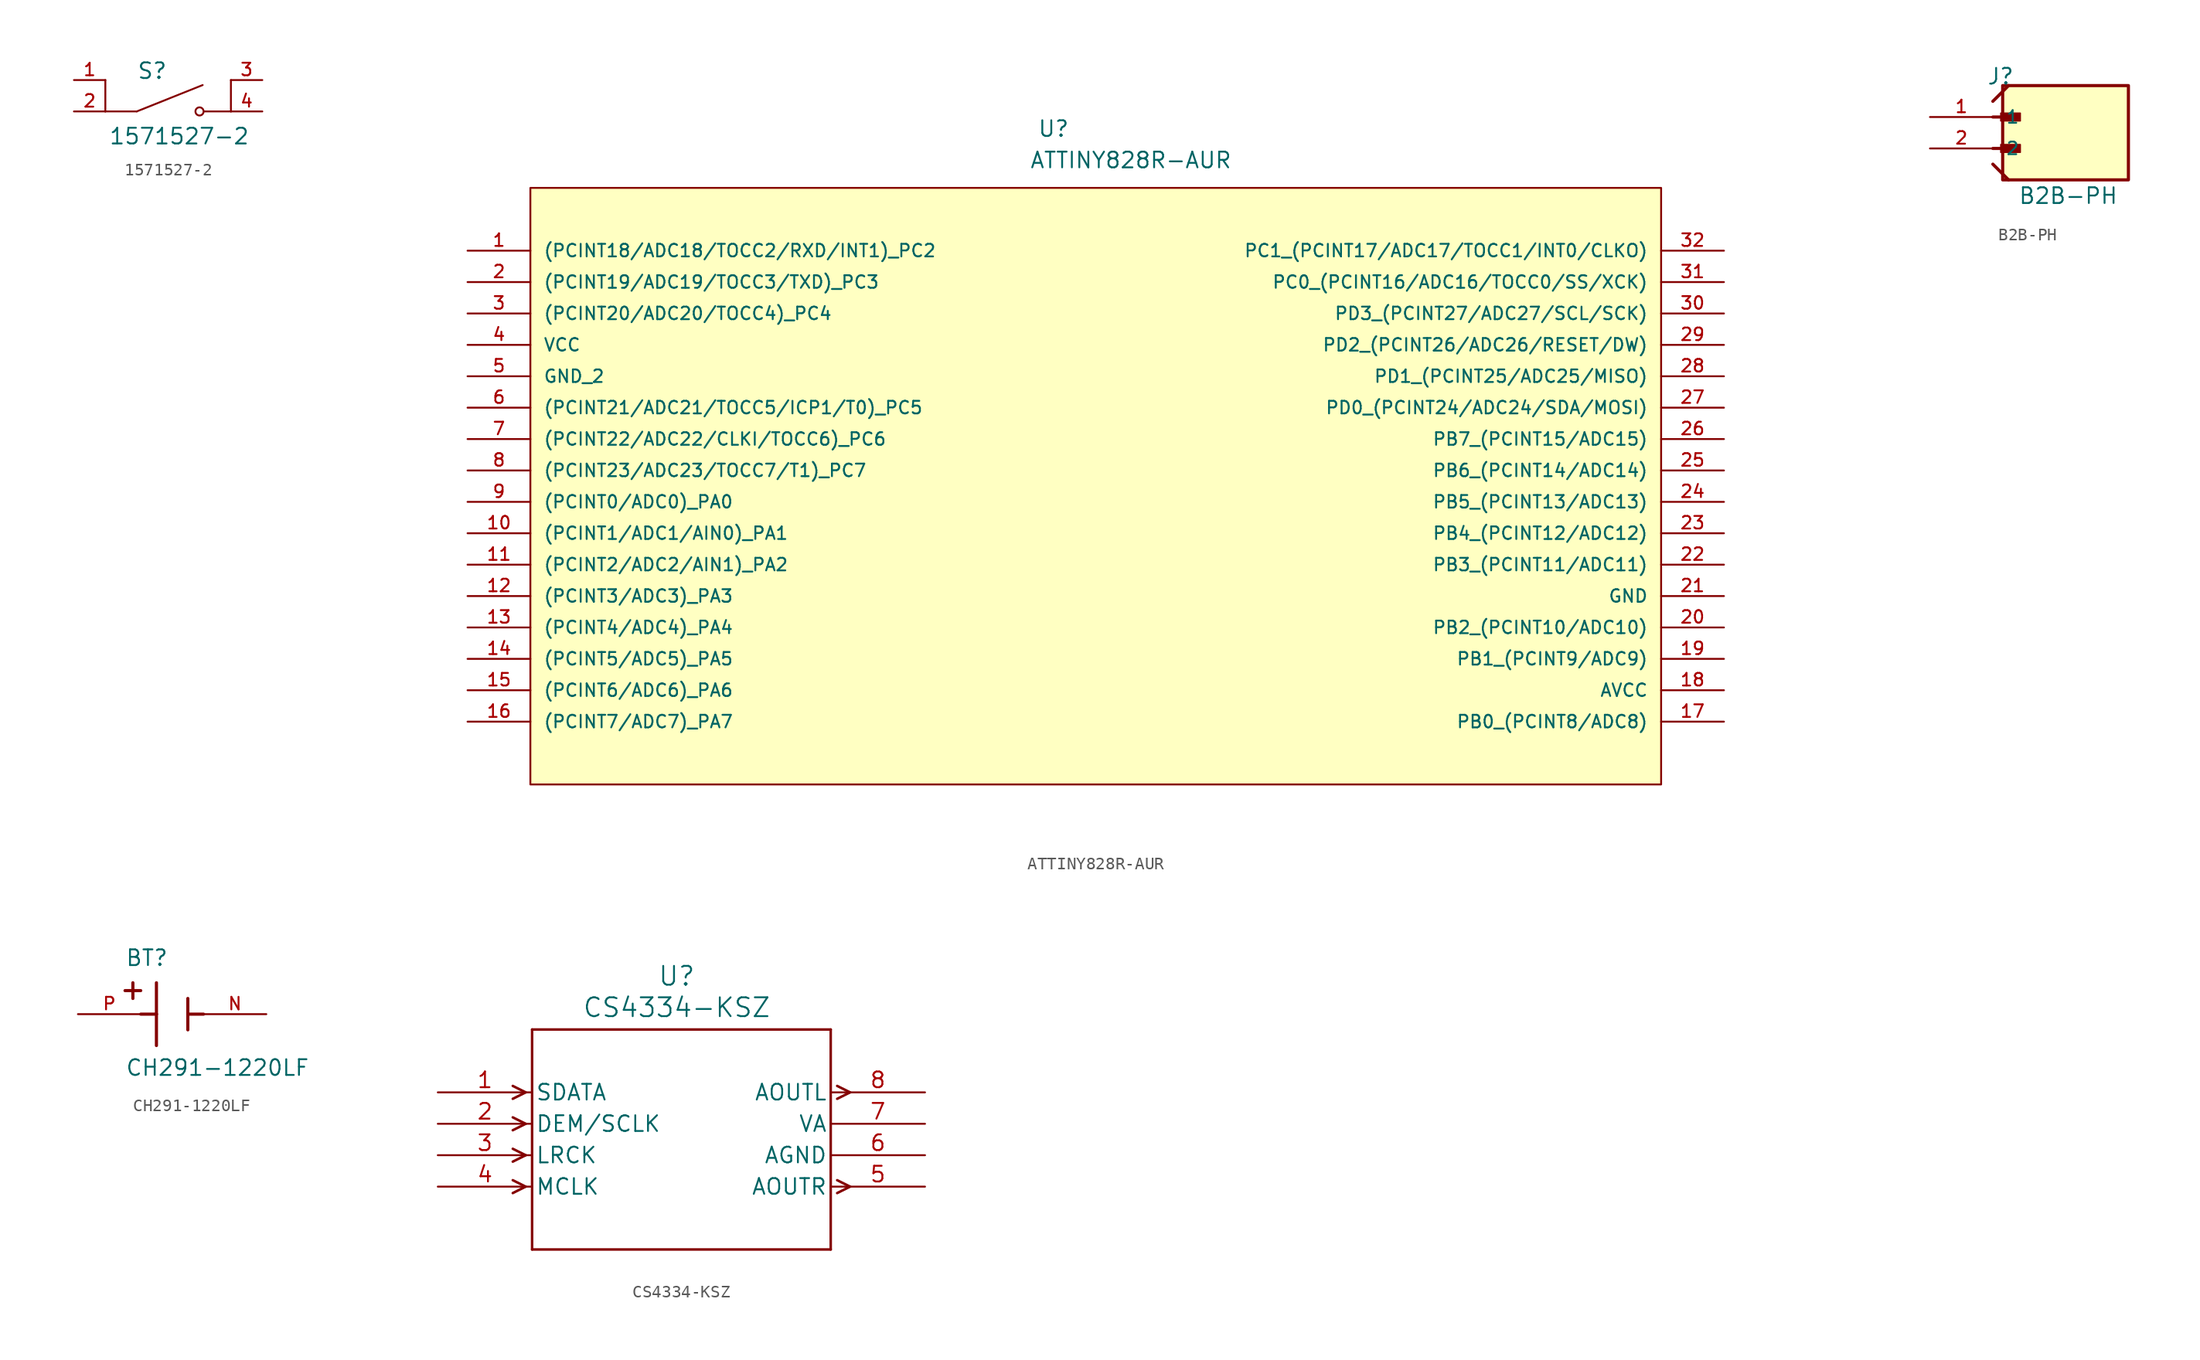
<source format=kicad_sym>
(kicad_symbol_lib
  (version 20231120)
  (generator "kicad_symbol_editor")
  (generator_version "8.0")
  (symbol "1571527-2"
    (pin_names
      (offset 1.016))
    (property "Reference" "S"
      (at -2.54 1.27 0)
      (effects (font (size 1.27 1.27)) (justify left bottom)))
    (property "Value" "1571527-2"
      (at -4.826 -2.54 0)
      (effects (font (size 1.27 1.27)) (justify left top)))
    (symbol "1571527-2_0_0"
      (polyline (pts (xy -2.54 -1.27) (xy -5.08 -1.27)) (stroke (width 0.152) (type default)) (fill (type none)))
      (polyline (pts (xy -2.54 -1.27) (xy 2.794 0.864)) (stroke (width 0.152) (type default)) (fill (type none)))
      (polyline (pts (xy 5.08 -1.27) (xy 2.921 -1.27)) (stroke (width 0.152) (type default)) (fill (type none)))
      (circle (center 2.54 -1.27) (radius 0.33) (stroke (width 0.152) (type default)) (fill (type none)))
      (pin passive line (at -7.62 1.27 0) (length 2.54) (name "~" (effects (font (size 1.016 1.016)))) (number "1" (effects (font (size 1.016 1.016)))))
      (pin passive line (at -7.62 -1.27 0) (length 2.54) (name "~" (effects (font (size 1.016 1.016)))) (number "2" (effects (font (size 1.016 1.016)))))
      (pin passive line (at 7.62 1.27 180) (length 2.54) (name "~" (effects (font (size 1.016 1.016)))) (number "3" (effects (font (size 1.016 1.016)))))
      (pin passive line (at 7.62 -1.27 180) (length 2.54) (name "~" (effects (font (size 1.016 1.016)))) (number "4" (effects (font (size 1.016 1.016))))))
    (symbol "1571527-2_0_1"
      (polyline (pts (xy -5.08 1.27) (xy -5.08 -1.27)) (stroke (width 0) (type default)) (fill (type none)))
      (polyline (pts (xy 5.08 1.27) (xy 5.08 -1.27)) (stroke (width 0) (type default)) (fill (type none)))))
  (symbol "ATTINY828R-AUR"
    (pin_names
      (offset 1.016))
    (property "Reference" "U"
      (at 48.616 9.119 0)
      (effects (font (size 1.27 1.27)) (justify left bottom)))
    (property "Value" "ATTINY828R-AUR"
      (at 47.981 6.579 0)
      (effects (font (size 1.27 1.27)) (justify left bottom)))
    (symbol "ATTINY828R-AUR_0_0"
      (rectangle (start 7.62 -43.18) (end 99.06 5.08) (stroke (width 0.152) (type default)) (fill (type background)))
      (pin bidirectional line (at 2.54 0 0) (length 5.08) (name "(PCINT18/ADC18/TOCC2/RXD/INT1)_PC2" (effects (font (size 1.016 1.016)))) (number "1" (effects (font (size 1.016 1.016)))))
      (pin bidirectional line (at 2.54 -22.86 0) (length 5.08) (name "(PCINT1/ADC1/AIN0)_PA1" (effects (font (size 1.016 1.016)))) (number "10" (effects (font (size 1.016 1.016)))))
      (pin input line (at 2.54 -25.4 0) (length 5.08) (name "(PCINT2/ADC2/AIN1)_PA2" (effects (font (size 1.016 1.016)))) (number "11" (effects (font (size 1.016 1.016)))))
      (pin bidirectional line (at 2.54 -27.94 0) (length 5.08) (name "(PCINT3/ADC3)_PA3" (effects (font (size 1.016 1.016)))) (number "12" (effects (font (size 1.016 1.016)))))
      (pin bidirectional line (at 2.54 -30.48 0) (length 5.08) (name "(PCINT4/ADC4)_PA4" (effects (font (size 1.016 1.016)))) (number "13" (effects (font (size 1.016 1.016)))))
      (pin bidirectional line (at 2.54 -33.02 0) (length 5.08) (name "(PCINT5/ADC5)_PA5" (effects (font (size 1.016 1.016)))) (number "14" (effects (font (size 1.016 1.016)))))
      (pin bidirectional line (at 2.54 -35.56 0) (length 5.08) (name "(PCINT6/ADC6)_PA6" (effects (font (size 1.016 1.016)))) (number "15" (effects (font (size 1.016 1.016)))))
      (pin bidirectional line (at 2.54 -38.1 0) (length 5.08) (name "(PCINT7/ADC7)_PA7" (effects (font (size 1.016 1.016)))) (number "16" (effects (font (size 1.016 1.016)))))
      (pin bidirectional line (at 104.14 -38.1 180) (length 5.08) (name "PB0_(PCINT8/ADC8)" (effects (font (size 1.016 1.016)))) (number "17" (effects (font (size 1.016 1.016)))))
      (pin passive line (at 104.14 -35.56 180) (length 5.08) (name "AVCC" (effects (font (size 1.016 1.016)))) (number "18" (effects (font (size 1.016 1.016)))))
      (pin bidirectional line (at 104.14 -33.02 180) (length 5.08) (name "PB1_(PCINT9/ADC9)" (effects (font (size 1.016 1.016)))) (number "19" (effects (font (size 1.016 1.016)))))
      (pin bidirectional line (at 2.54 -2.54 0) (length 5.08) (name "(PCINT19/ADC19/TOCC3/TXD)_PC3" (effects (font (size 1.016 1.016)))) (number "2" (effects (font (size 1.016 1.016)))))
      (pin bidirectional line (at 104.14 -30.48 180) (length 5.08) (name "PB2_(PCINT10/ADC10)" (effects (font (size 1.016 1.016)))) (number "20" (effects (font (size 1.016 1.016)))))
      (pin passive line (at 104.14 -27.94 180) (length 5.08) (name "GND" (effects (font (size 1.016 1.016)))) (number "21" (effects (font (size 1.016 1.016)))))
      (pin bidirectional line (at 104.14 -25.4 180) (length 5.08) (name "PB3_(PCINT11/ADC11)" (effects (font (size 1.016 1.016)))) (number "22" (effects (font (size 1.016 1.016)))))
      (pin bidirectional line (at 104.14 -22.86 180) (length 5.08) (name "PB4_(PCINT12/ADC12)" (effects (font (size 1.016 1.016)))) (number "23" (effects (font (size 1.016 1.016)))))
      (pin bidirectional line (at 104.14 -20.32 180) (length 5.08) (name "PB5_(PCINT13/ADC13)" (effects (font (size 1.016 1.016)))) (number "24" (effects (font (size 1.016 1.016)))))
      (pin bidirectional line (at 104.14 -17.78 180) (length 5.08) (name "PB6_(PCINT14/ADC14)" (effects (font (size 1.016 1.016)))) (number "25" (effects (font (size 1.016 1.016)))))
      (pin bidirectional line (at 104.14 -15.24 180) (length 5.08) (name "PB7_(PCINT15/ADC15)" (effects (font (size 1.016 1.016)))) (number "26" (effects (font (size 1.016 1.016)))))
      (pin bidirectional line (at 104.14 -12.7 180) (length 5.08) (name "PD0_(PCINT24/ADC24/SDA/MOSI)" (effects (font (size 1.016 1.016)))) (number "27" (effects (font (size 1.016 1.016)))))
      (pin bidirectional line (at 104.14 -10.16 180) (length 5.08) (name "PD1_(PCINT25/ADC25/MISO)" (effects (font (size 1.016 1.016)))) (number "28" (effects (font (size 1.016 1.016)))))
      (pin bidirectional line (at 104.14 -7.62 180) (length 5.08) (name "PD2_(PCINT26/ADC26/RESET/DW)" (effects (font (size 1.016 1.016)))) (number "29" (effects (font (size 1.016 1.016)))))
      (pin bidirectional line (at 2.54 -5.08 0) (length 5.08) (name "(PCINT20/ADC20/TOCC4)_PC4" (effects (font (size 1.016 1.016)))) (number "3" (effects (font (size 1.016 1.016)))))
      (pin bidirectional line (at 104.14 -5.08 180) (length 5.08) (name "PD3_(PCINT27/ADC27/SCL/SCK)" (effects (font (size 1.016 1.016)))) (number "30" (effects (font (size 1.016 1.016)))))
      (pin bidirectional line (at 104.14 -2.54 180) (length 5.08) (name "PC0_(PCINT16/ADC16/TOCC0/SS/XCK)" (effects (font (size 1.016 1.016)))) (number "31" (effects (font (size 1.016 1.016)))))
      (pin bidirectional line (at 104.14 0 180) (length 5.08) (name "PC1_(PCINT17/ADC17/TOCC1/INT0/CLKO)" (effects (font (size 1.016 1.016)))) (number "32" (effects (font (size 1.016 1.016)))))
      (pin power_in line (at 2.54 -7.62 0) (length 5.08) (name "VCC" (effects (font (size 1.016 1.016)))) (number "4" (effects (font (size 1.016 1.016)))))
      (pin passive line (at 2.54 -10.16 0) (length 5.08) (name "GND_2" (effects (font (size 1.016 1.016)))) (number "5" (effects (font (size 1.016 1.016)))))
      (pin bidirectional line (at 2.54 -12.7 0) (length 5.08) (name "(PCINT21/ADC21/TOCC5/ICP1/T0)_PC5" (effects (font (size 1.016 1.016)))) (number "6" (effects (font (size 1.016 1.016)))))
      (pin bidirectional line (at 2.54 -15.24 0) (length 5.08) (name "(PCINT22/ADC22/CLKI/TOCC6)_PC6" (effects (font (size 1.016 1.016)))) (number "7" (effects (font (size 1.016 1.016)))))
      (pin bidirectional line (at 2.54 -17.78 0) (length 5.08) (name "(PCINT23/ADC23/TOCC7/T1)_PC7" (effects (font (size 1.016 1.016)))) (number "8" (effects (font (size 1.016 1.016)))))
      (pin bidirectional line (at 2.54 -20.32 0) (length 5.08) (name "(PCINT0/ADC0)_PA0" (effects (font (size 1.016 1.016)))) (number "9" (effects (font (size 1.016 1.016)))))))
  (symbol "B2B-PH"
    (pin_names
      (offset 1.016))
    (property "Reference" "J"
      (at -5.58 5.08 0)
      (effects (font (size 1.27 1.27)) (justify left bottom)))
    (property "Value" "B2B-PH"
      (at -3.048 -4.572 0)
      (effects (font (size 1.27 1.27)) (justify left bottom)))
    (symbol "B2B-PH_0_0"
      (rectangle (start -4.445 -0.318) (end -2.857 0.318) (stroke (width 0.1) (type default)) (fill (type outline)))
      (rectangle (start -4.445 2.223) (end -2.857 2.857) (stroke (width 0.1) (type default)) (fill (type outline)))
      (rectangle (start -4.286 -2.54) (end 5.874 5.08) (stroke (width 0.254) (type default)) (fill (type background)))
      (polyline (pts (xy -5.08 -1.27) (xy -3.81 -2.54)) (stroke (width 0.254) (type default)) (fill (type none)))
      (polyline (pts (xy -5.08 0) (xy -3.175 0)) (stroke (width 0.254) (type default)) (fill (type none)))
      (polyline (pts (xy -5.08 2.54) (xy -3.175 2.54)) (stroke (width 0.254) (type default)) (fill (type none)))
      (polyline (pts (xy -5.08 3.81) (xy -3.81 5.08)) (stroke (width 0.254) (type default)) (fill (type none)))
      (pin passive line (at -10.16 2.54 0) (length 5.08) (name "1" (effects (font (size 1.016 1.016)))) (number "1" (effects (font (size 1.016 1.016)))))
      (pin passive line (at -10.16 0 0) (length 5.08) (name "2" (effects (font (size 1.016 1.016)))) (number "2" (effects (font (size 1.016 1.016)))))))
  (symbol "CH291-1220LF"
    (pin_names
      (offset 1.016))
    (property "Reference" "BT"
      (at -3.81 3.81 0)
      (effects (font (size 1.27 1.27)) (justify left bottom)))
    (property "Value" "CH291-1220LF"
      (at -3.81 -5.08 0)
      (effects (font (size 1.27 1.27)) (justify left bottom)))
    (symbol "CH291-1220LF_0_0"
      (polyline (pts (xy -3.81 1.905) (xy -2.54 1.905)) (stroke (width 0.254) (type default)) (fill (type none)))
      (polyline (pts (xy -3.175 2.54) (xy -3.175 1.27)) (stroke (width 0.254) (type default)) (fill (type none)))
      (polyline (pts (xy -1.27 0) (xy -2.54 0)) (stroke (width 0.254) (type default)) (fill (type none)))
      (polyline (pts (xy -1.27 0) (xy -1.27 -2.54)) (stroke (width 0.254) (type default)) (fill (type none)))
      (polyline (pts (xy -1.27 2.54) (xy -1.27 0)) (stroke (width 0.254) (type default)) (fill (type none)))
      (polyline (pts (xy 1.27 0) (xy 1.27 -1.27)) (stroke (width 0.254) (type default)) (fill (type none)))
      (polyline (pts (xy 1.27 0) (xy 2.54 0)) (stroke (width 0.254) (type default)) (fill (type none)))
      (polyline (pts (xy 1.27 1.27) (xy 1.27 0)) (stroke (width 0.254) (type default)) (fill (type none)))
      (pin passive line (at 7.62 0 180) (length 5.08) (name "~" (effects (font (size 1.016 1.016)))) (number "N" (effects (font (size 1.016 1.016)))))
      (pin passive line (at -7.62 0 0) (length 5.08) (name "~" (effects (font (size 1.016 1.016)))) (number "P" (effects (font (size 1.016 1.016)))))))
  (symbol "CS4334-KSZ"
    (pin_names
      (offset 0.254))
    (property "Reference" "U"
      (at 19.304 9.398 0)
      (effects (font (size 1.524 1.524))))
    (property "Value" "CS4334-KSZ"
      (at 19.304 6.858 0)
      (effects (font (size 1.524 1.524))))
    (property "ki_locked" ""
      (at 0 0 0)
      (effects (font (size 1.27 1.27))))
    (symbol "CS4334-KSZ_0_1"
      (polyline (pts (xy 7.099 -7.62) (xy 6.058 -8.141)) (stroke (width 0.203) (type default)) (fill (type none)))
      (polyline (pts (xy 7.099 -7.62) (xy 6.058 -7.099)) (stroke (width 0.203) (type default)) (fill (type none)))
      (polyline (pts (xy 7.099 -5.08) (xy 6.058 -5.601)) (stroke (width 0.203) (type default)) (fill (type none)))
      (polyline (pts (xy 7.099 -5.08) (xy 6.058 -4.559)) (stroke (width 0.203) (type default)) (fill (type none)))
      (polyline (pts (xy 7.099 -2.54) (xy 6.058 -3.061)) (stroke (width 0.203) (type default)) (fill (type none)))
      (polyline (pts (xy 7.099 -2.54) (xy 6.058 -2.019)) (stroke (width 0.203) (type default)) (fill (type none)))
      (polyline (pts (xy 7.099 0) (xy 6.058 -0.521)) (stroke (width 0.203) (type default)) (fill (type none)))
      (polyline (pts (xy 7.099 0) (xy 6.058 0.521)) (stroke (width 0.203) (type default)) (fill (type none)))
      (polyline (pts (xy 7.62 -12.7) (xy 31.75 -12.7)) (stroke (width 0.203) (type default)) (fill (type none)))
      (polyline (pts (xy 7.62 5.08) (xy 7.62 -12.7)) (stroke (width 0.203) (type default)) (fill (type none)))
      (polyline (pts (xy 31.75 -12.7) (xy 31.75 5.08)) (stroke (width 0.203) (type default)) (fill (type none)))
      (polyline (pts (xy 31.75 5.08) (xy 7.62 5.08)) (stroke (width 0.203) (type default)) (fill (type none)))
      (polyline (pts (xy 32.271 -8.141) (xy 33.312 -7.62)) (stroke (width 0.203) (type default)) (fill (type none)))
      (polyline (pts (xy 32.271 -7.099) (xy 33.312 -7.62)) (stroke (width 0.203) (type default)) (fill (type none)))
      (polyline (pts (xy 32.271 -0.521) (xy 33.312 0)) (stroke (width 0.203) (type default)) (fill (type none)))
      (polyline (pts (xy 32.271 0.521) (xy 33.312 0)) (stroke (width 0.203) (type default)) (fill (type none)))
      (pin input line (at 0 0 0) (length 7.62) (name "SDATA" (effects (font (size 1.27 1.27)))) (number "1" (effects (font (size 1.27 1.27)))))
      (pin input line (at 0 -2.54 0) (length 7.62) (name "DEM/SCLK" (effects (font (size 1.27 1.27)))) (number "2" (effects (font (size 1.27 1.27)))))
      (pin input line (at 0 -5.08 0) (length 7.62) (name "LRCK" (effects (font (size 1.27 1.27)))) (number "3" (effects (font (size 1.27 1.27)))))
      (pin input line (at 0 -7.62 0) (length 7.62) (name "MCLK" (effects (font (size 1.27 1.27)))) (number "4" (effects (font (size 1.27 1.27)))))
      (pin output line (at 39.37 -7.62 180) (length 7.62) (name "AOUTR" (effects (font (size 1.27 1.27)))) (number "5" (effects (font (size 1.27 1.27)))))
      (pin power_in line (at 39.37 -5.08 180) (length 7.62) (name "AGND" (effects (font (size 1.27 1.27)))) (number "6" (effects (font (size 1.27 1.27)))))
      (pin power_in line (at 39.37 -2.54 180) (length 7.62) (name "VA" (effects (font (size 1.27 1.27)))) (number "7" (effects (font (size 1.27 1.27)))))
      (pin output line (at 39.37 0 180) (length 7.62) (name "AOUTL" (effects (font (size 1.27 1.27)))) (number "8" (effects (font (size 1.27 1.27))))))))
</source>
